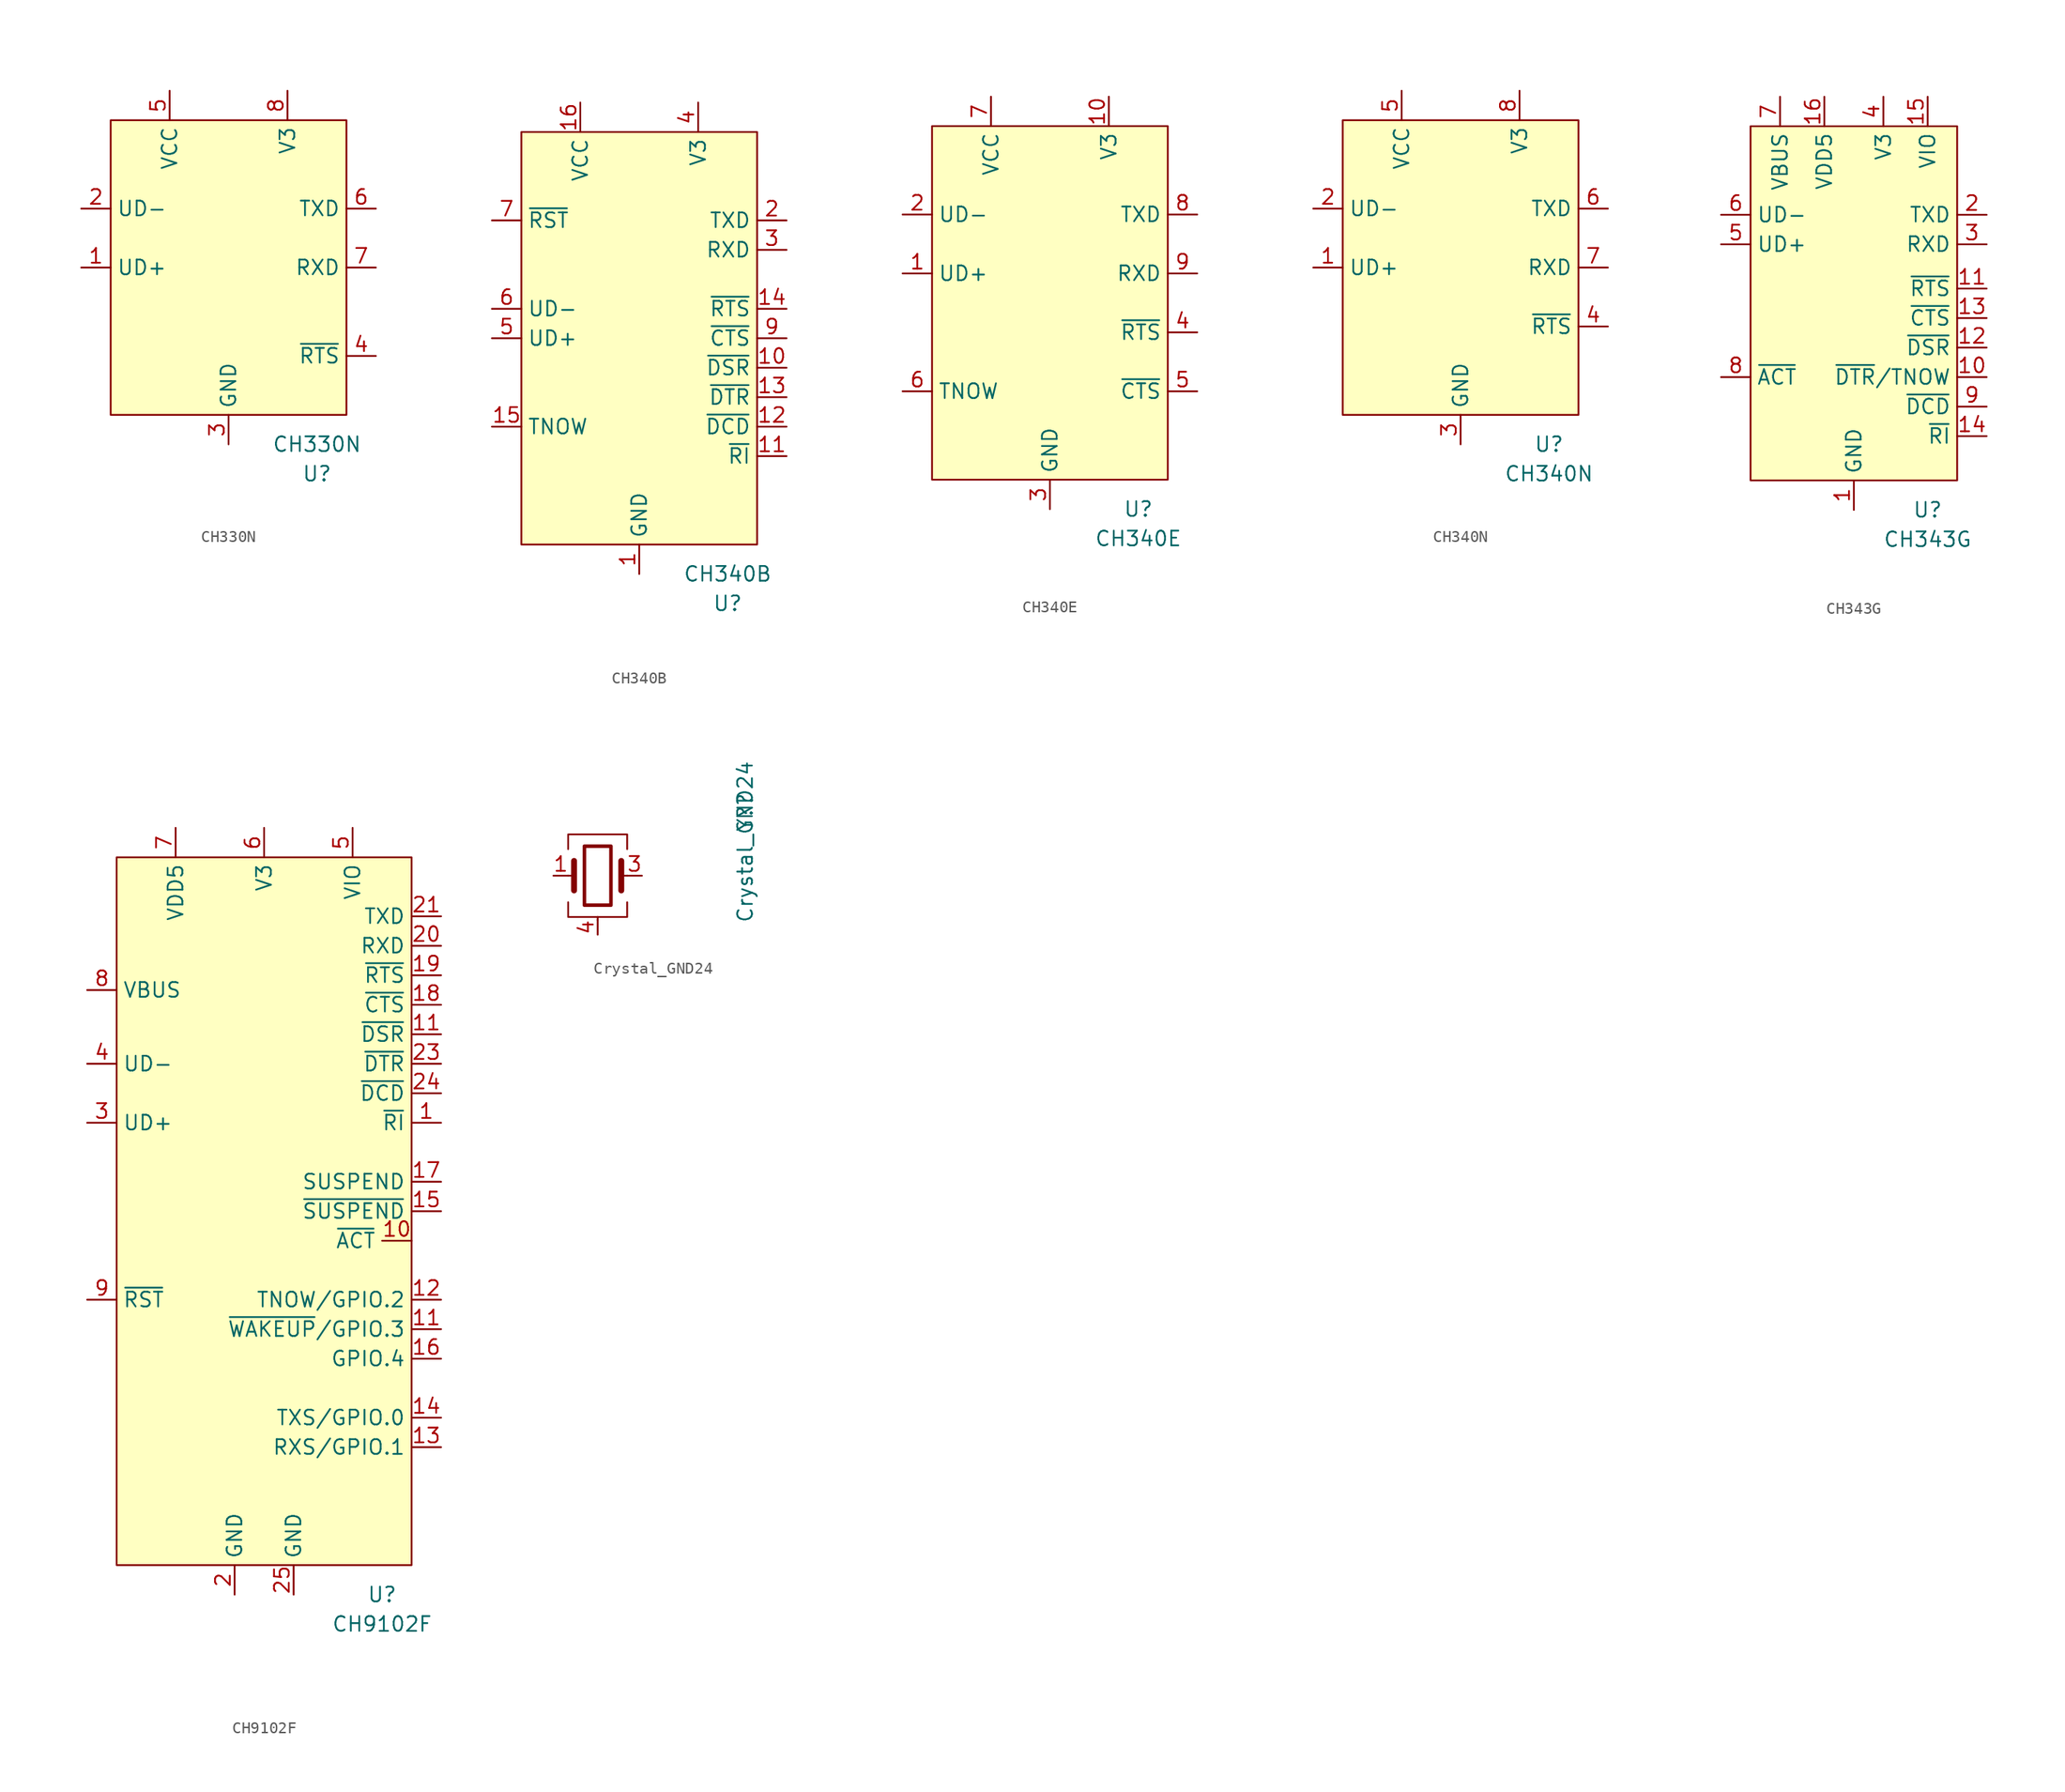
<source format=kicad_sym>
(kicad_symbol_lib
  (version 20220914)
  (generator kicad_symbol_editor)
  (symbol "CH330N"
    (property "Reference" "U"
      (at 7.62 -17.78 0)
      (effects (font (size 1.27 1.27))))
    (property "Value" "CH330N"
      (at 7.62 -15.24 0)
      (effects (font (size 1.27 1.27))))
    (symbol "CH330N_0_1"
      (rectangle (start -10.16 12.7) (end 10.16 -12.7) (stroke (width 0.152) (type default)) (fill (type background))))
    (symbol "CH330N_1_1"
      (pin bidirectional line (at -12.7 0 0) (length 2.54) (name "UD+" (effects (font (size 1.27 1.27)))) (number "1" (effects (font (size 1.27 1.27)))))
      (pin bidirectional line (at -12.7 5.08 0) (length 2.54) (name "UD-" (effects (font (size 1.27 1.27)))) (number "2" (effects (font (size 1.27 1.27)))))
      (pin passive line (at 0 -15.24 90) (length 2.54) (name "GND" (effects (font (size 1.27 1.27)))) (number "3" (effects (font (size 1.27 1.27)))))
      (pin output line (at 12.7 -7.62 180) (length 2.54) (name "~{RTS}" (effects (font (size 1.27 1.27)))) (number "4" (effects (font (size 1.27 1.27)))))
      (pin power_in line (at -5.08 15.24 270) (length 2.54) (name "VCC" (effects (font (size 1.27 1.27)))) (number "5" (effects (font (size 1.27 1.27)))))
      (pin output line (at 12.7 5.08 180) (length 2.54) (name "TXD" (effects (font (size 1.27 1.27)))) (number "6" (effects (font (size 1.27 1.27)))))
      (pin input line (at 12.7 0 180) (length 2.54) (name "RXD" (effects (font (size 1.27 1.27)))) (number "7" (effects (font (size 1.27 1.27)))))
      (pin power_out line (at 5.08 15.24 270) (length 2.54) (name "V3" (effects (font (size 1.27 1.27)))) (number "8" (effects (font (size 1.27 1.27)))) (alternate "V3" power_in line))))
  (symbol "CH340B"
    (property "Reference" "U"
      (at 7.62 -43.18 0)
      (effects (font (size 1.27 1.27))))
    (property "Value" "CH340B"
      (at 7.62 -40.64 0)
      (effects (font (size 1.27 1.27))))
    (symbol "CH340B_0_1"
      (rectangle (start -10.16 -2.54) (end 10.16 -38.1) (stroke (width 0.152) (type default)) (fill (type background))))
    (symbol "CH340B_1_1"
      (pin passive line (at 0 -40.64 90) (length 2.54) (name "GND" (effects (font (size 1.27 1.27)))) (number "1" (effects (font (size 1.27 1.27)))))
      (pin input line (at 12.7 -22.86 180) (length 2.54) (name "~{DSR}" (effects (font (size 1.27 1.27)))) (number "10" (effects (font (size 1.27 1.27)))))
      (pin input line (at 12.7 -30.48 180) (length 2.54) (name "~{RI}" (effects (font (size 1.27 1.27)))) (number "11" (effects (font (size 1.27 1.27)))))
      (pin input line (at 12.7 -27.94 180) (length 2.54) (name "~{DCD}" (effects (font (size 1.27 1.27)))) (number "12" (effects (font (size 1.27 1.27)))))
      (pin output line (at 12.7 -25.4 180) (length 2.54) (name "~{DTR}" (effects (font (size 1.27 1.27)))) (number "13" (effects (font (size 1.27 1.27)))))
      (pin output line (at 12.7 -17.78 180) (length 2.54) (name "~{RTS}" (effects (font (size 1.27 1.27)))) (number "14" (effects (font (size 1.27 1.27)))))
      (pin output line (at -12.7 -27.94 0) (length 2.54) (name "TNOW" (effects (font (size 1.27 1.27)))) (number "15" (effects (font (size 1.27 1.27)))))
      (pin power_in line (at -5.08 0 270) (length 2.54) (name "VCC" (effects (font (size 1.27 1.27)))) (number "16" (effects (font (size 1.27 1.27)))))
      (pin output line (at 12.7 -10.16 180) (length 2.54) (name "TXD" (effects (font (size 1.27 1.27)))) (number "2" (effects (font (size 1.27 1.27)))))
      (pin input line (at 12.7 -12.7 180) (length 2.54) (name "RXD" (effects (font (size 1.27 1.27)))) (number "3" (effects (font (size 1.27 1.27)))))
      (pin power_out line (at 5.08 0 270) (length 2.54) (name "V3" (effects (font (size 1.27 1.27)))) (number "4" (effects (font (size 1.27 1.27)))) (alternate "V3" power_in line))
      (pin bidirectional line (at -12.7 -20.32 0) (length 2.54) (name "UD+" (effects (font (size 1.27 1.27)))) (number "5" (effects (font (size 1.27 1.27)))))
      (pin bidirectional line (at -12.7 -17.78 0) (length 2.54) (name "UD-" (effects (font (size 1.27 1.27)))) (number "6" (effects (font (size 1.27 1.27)))))
      (pin input line (at -12.7 -10.16 0) (length 2.54) (name "~{RST}" (effects (font (size 1.27 1.27)))) (number "7" (effects (font (size 1.27 1.27)))))
      (pin no_connect line (at 0 -20.32 90) (length 2.54) hide (name "NC" (effects (font (size 1.27 1.27)))) (number "8" (effects (font (size 1.27 1.27)))))
      (pin input line (at 12.7 -20.32 180) (length 2.54) (name "~{CTS}" (effects (font (size 1.27 1.27)))) (number "9" (effects (font (size 1.27 1.27)))))))
  (symbol "CH340E"
    (property "Reference" "U"
      (at 7.62 -17.78 0)
      (effects (font (size 1.27 1.27))))
    (property "Value" "CH340E"
      (at 7.62 -20.32 0)
      (effects (font (size 1.27 1.27))))
    (symbol "CH340E_0_1"
      (rectangle (start -10.16 15.24) (end 10.16 -15.24) (stroke (width 0.152) (type default)) (fill (type background))))
    (symbol "CH340E_1_1"
      (pin bidirectional line (at -12.7 2.54 0) (length 2.54) (name "UD+" (effects (font (size 1.27 1.27)))) (number "1" (effects (font (size 1.27 1.27)))))
      (pin power_out line (at 5.08 17.78 270) (length 2.54) (name "V3" (effects (font (size 1.27 1.27)))) (number "10" (effects (font (size 1.27 1.27)))) (alternate "V3" power_in line))
      (pin bidirectional line (at -12.7 7.62 0) (length 2.54) (name "UD-" (effects (font (size 1.27 1.27)))) (number "2" (effects (font (size 1.27 1.27)))))
      (pin passive line (at 0 -17.78 90) (length 2.54) (name "GND" (effects (font (size 1.27 1.27)))) (number "3" (effects (font (size 1.27 1.27)))))
      (pin output line (at 12.7 -2.54 180) (length 2.54) (name "~{RTS}" (effects (font (size 1.27 1.27)))) (number "4" (effects (font (size 1.27 1.27)))))
      (pin input line (at 12.7 -7.62 180) (length 2.54) (name "~{CTS}" (effects (font (size 1.27 1.27)))) (number "5" (effects (font (size 1.27 1.27)))))
      (pin output line (at -12.7 -7.62 0) (length 2.54) (name "TNOW" (effects (font (size 1.27 1.27)))) (number "6" (effects (font (size 1.27 1.27)))))
      (pin power_in line (at -5.08 17.78 270) (length 2.54) (name "VCC" (effects (font (size 1.27 1.27)))) (number "7" (effects (font (size 1.27 1.27)))))
      (pin output line (at 12.7 7.62 180) (length 2.54) (name "TXD" (effects (font (size 1.27 1.27)))) (number "8" (effects (font (size 1.27 1.27)))))
      (pin input line (at 12.7 2.54 180) (length 2.54) (name "RXD" (effects (font (size 1.27 1.27)))) (number "9" (effects (font (size 1.27 1.27)))))))
  (symbol "CH340N"
    (property "Reference" "U"
      (at 7.62 -15.24 0)
      (effects (font (size 1.27 1.27))))
    (property "Value" "CH340N"
      (at 7.62 -17.78 0)
      (effects (font (size 1.27 1.27))))
    (symbol "CH340N_0_1"
      (rectangle (start -10.16 12.7) (end 10.16 -12.7) (stroke (width 0.152) (type default)) (fill (type background))))
    (symbol "CH340N_1_1"
      (pin bidirectional line (at -12.7 0 0) (length 2.54) (name "UD+" (effects (font (size 1.27 1.27)))) (number "1" (effects (font (size 1.27 1.27)))))
      (pin bidirectional line (at -12.7 5.08 0) (length 2.54) (name "UD-" (effects (font (size 1.27 1.27)))) (number "2" (effects (font (size 1.27 1.27)))))
      (pin passive line (at 0 -15.24 90) (length 2.54) (name "GND" (effects (font (size 1.27 1.27)))) (number "3" (effects (font (size 1.27 1.27)))))
      (pin output line (at 12.7 -5.08 180) (length 2.54) (name "~{RTS}" (effects (font (size 1.27 1.27)))) (number "4" (effects (font (size 1.27 1.27)))))
      (pin power_in line (at -5.08 15.24 270) (length 2.54) (name "VCC" (effects (font (size 1.27 1.27)))) (number "5" (effects (font (size 1.27 1.27)))))
      (pin output line (at 12.7 5.08 180) (length 2.54) (name "TXD" (effects (font (size 1.27 1.27)))) (number "6" (effects (font (size 1.27 1.27)))))
      (pin input line (at 12.7 0 180) (length 2.54) (name "RXD" (effects (font (size 1.27 1.27)))) (number "7" (effects (font (size 1.27 1.27)))))
      (pin power_out line (at 5.08 15.24 270) (length 2.54) (name "V3" (effects (font (size 1.27 1.27)))) (number "8" (effects (font (size 1.27 1.27)))) (alternate "V3" power_in line))))
  (symbol "CH343G"
    (property "Reference" "U"
      (at 6.35 -17.78 0)
      (effects (font (size 1.27 1.27))))
    (property "Value" "CH343G"
      (at 6.35 -20.32 0)
      (effects (font (size 1.27 1.27))))
    (symbol "CH343G_0_1"
      (rectangle (start -8.89 15.24) (end 8.89 -15.24) (stroke (width 0.152) (type default)) (fill (type background))))
    (symbol "CH343G_1_1"
      (pin passive line (at 0 -17.78 90) (length 2.54) (name "GND" (effects (font (size 1.27 1.27)))) (number "1" (effects (font (size 1.27 1.27)))))
      (pin output line (at 11.43 -6.35 180) (length 2.54) (name "~{DTR}/TNOW" (effects (font (size 1.27 1.27)))) (number "10" (effects (font (size 1.27 1.27)))))
      (pin output line (at 11.43 1.27 180) (length 2.54) (name "~{RTS}" (effects (font (size 1.27 1.27)))) (number "11" (effects (font (size 1.27 1.27)))))
      (pin input line (at 11.43 -3.81 180) (length 2.54) (name "~{DSR}" (effects (font (size 1.27 1.27)))) (number "12" (effects (font (size 1.27 1.27)))))
      (pin input line (at 11.43 -1.27 180) (length 2.54) (name "~{CTS}" (effects (font (size 1.27 1.27)))) (number "13" (effects (font (size 1.27 1.27)))))
      (pin input line (at 11.43 -11.43 180) (length 2.54) (name "~{RI}" (effects (font (size 1.27 1.27)))) (number "14" (effects (font (size 1.27 1.27)))))
      (pin power_in line (at 6.35 17.78 270) (length 2.54) (name "VIO" (effects (font (size 1.27 1.27)))) (number "15" (effects (font (size 1.27 1.27)))))
      (pin power_in line (at -2.54 17.78 270) (length 2.54) (name "VDD5" (effects (font (size 1.27 1.27)))) (number "16" (effects (font (size 1.27 1.27)))))
      (pin output line (at 11.43 7.62 180) (length 2.54) (name "TXD" (effects (font (size 1.27 1.27)))) (number "2" (effects (font (size 1.27 1.27)))))
      (pin input line (at 11.43 5.08 180) (length 2.54) (name "RXD" (effects (font (size 1.27 1.27)))) (number "3" (effects (font (size 1.27 1.27)))))
      (pin power_in line (at 2.54 17.78 270) (length 2.54) (name "V3" (effects (font (size 1.27 1.27)))) (number "4" (effects (font (size 1.27 1.27)))) (alternate "V3" power_out line))
      (pin bidirectional line (at -11.43 5.08 0) (length 2.54) (name "UD+" (effects (font (size 1.27 1.27)))) (number "5" (effects (font (size 1.27 1.27)))))
      (pin bidirectional line (at -11.43 7.62 0) (length 2.54) (name "UD-" (effects (font (size 1.27 1.27)))) (number "6" (effects (font (size 1.27 1.27)))))
      (pin input line (at -6.35 17.78 270) (length 2.54) (name "VBUS" (effects (font (size 1.27 1.27)))) (number "7" (effects (font (size 1.27 1.27)))))
      (pin output line (at -11.43 -6.35 0) (length 2.54) (name "~{ACT}" (effects (font (size 1.27 1.27)))) (number "8" (effects (font (size 1.27 1.27)))))
      (pin input line (at 11.43 -8.89 180) (length 2.54) (name "~{DCD}" (effects (font (size 1.27 1.27)))) (number "9" (effects (font (size 1.27 1.27)))))))
  (symbol "CH9102F"
    (property "Reference" "U"
      (at 10.16 -33.02 0)
      (effects (font (size 1.27 1.27))))
    (property "Value" "CH9102F"
      (at 10.16 -35.56 0)
      (effects (font (size 1.27 1.27))))
    (symbol "CH9102F_0_1"
      (rectangle (start -12.7 30.48) (end 12.7 -30.48) (stroke (width 0.152) (type default)) (fill (type background))))
    (symbol "CH9102F_1_1"
      (pin input line (at 15.24 7.62 180) (length 2.54) (name "~{RI}" (effects (font (size 1.27 1.27)))) (number "1" (effects (font (size 1.27 1.27)))))
      (pin output line (at 12.7 -2.54 180) (length 2.54) (name "~{ACT}" (effects (font (size 1.27 1.27)))) (number "10" (effects (font (size 1.27 1.27)))))
      (pin input line (at 15.24 15.24 180) (length 2.54) (name "~{DSR}" (effects (font (size 1.27 1.27)))) (number "11" (effects (font (size 1.27 1.27)))))
      (pin bidirectional line (at 15.24 -10.16 180) (length 2.54) (name "~{WAKEUP}/GPIO.3" (effects (font (size 1.27 1.27)))) (number "11" (effects (font (size 1.27 1.27)))) (alternate "GPIO.3" bidirectional line) (alternate "~{WAKEUP}" input line))
      (pin bidirectional line (at 15.24 -7.62 180) (length 2.54) (name "TNOW/GPIO.2" (effects (font (size 1.27 1.27)))) (number "12" (effects (font (size 1.27 1.27)))) (alternate "GPIO.2" bidirectional line) (alternate "TNOW" output line))
      (pin bidirectional line (at 15.24 -20.32 180) (length 2.54) (name "RXS/GPIO.1" (effects (font (size 1.27 1.27)))) (number "13" (effects (font (size 1.27 1.27)))) (alternate "GPIO.1" bidirectional line) (alternate "RXS" output line))
      (pin bidirectional line (at 15.24 -17.78 180) (length 2.54) (name "TXS/GPIO.0" (effects (font (size 1.27 1.27)))) (number "14" (effects (font (size 1.27 1.27)))) (alternate "GPIO.0" bidirectional line) (alternate "TXS" output line))
      (pin output line (at 15.24 0 180) (length 2.54) (name "~{SUSPEND}" (effects (font (size 1.27 1.27)))) (number "15" (effects (font (size 1.27 1.27)))))
      (pin bidirectional line (at 15.24 -12.7 180) (length 2.54) (name "GPIO.4" (effects (font (size 1.27 1.27)))) (number "16" (effects (font (size 1.27 1.27)))))
      (pin output line (at 15.24 2.54 180) (length 2.54) (name "SUSPEND" (effects (font (size 1.27 1.27)))) (number "17" (effects (font (size 1.27 1.27)))))
      (pin input line (at 15.24 17.78 180) (length 2.54) (name "~{CTS}" (effects (font (size 1.27 1.27)))) (number "18" (effects (font (size 1.27 1.27)))))
      (pin output line (at 15.24 20.32 180) (length 2.54) (name "~{RTS}" (effects (font (size 1.27 1.27)))) (number "19" (effects (font (size 1.27 1.27)))))
      (pin power_in line (at -2.54 -33.02 90) (length 2.54) (name "GND" (effects (font (size 1.27 1.27)))) (number "2" (effects (font (size 1.27 1.27)))))
      (pin output line (at 15.24 22.86 180) (length 2.54) (name "RXD" (effects (font (size 1.27 1.27)))) (number "20" (effects (font (size 1.27 1.27)))))
      (pin output line (at 15.24 25.4 180) (length 2.54) (name "TXD" (effects (font (size 1.27 1.27)))) (number "21" (effects (font (size 1.27 1.27)))))
      (pin output line (at 15.24 12.7 180) (length 2.54) (name "~{DTR}" (effects (font (size 1.27 1.27)))) (number "23" (effects (font (size 1.27 1.27)))))
      (pin input line (at 15.24 10.16 180) (length 2.54) (name "~{DCD}" (effects (font (size 1.27 1.27)))) (number "24" (effects (font (size 1.27 1.27)))))
      (pin power_in line (at 2.54 -33.02 90) (length 2.54) (name "GND" (effects (font (size 1.27 1.27)))) (number "25" (effects (font (size 1.27 1.27)))))
      (pin bidirectional line (at -15.24 7.62 0) (length 2.54) (name "UD+" (effects (font (size 1.27 1.27)))) (number "3" (effects (font (size 1.27 1.27)))))
      (pin bidirectional line (at -15.24 12.7 0) (length 2.54) (name "UD-" (effects (font (size 1.27 1.27)))) (number "4" (effects (font (size 1.27 1.27)))))
      (pin power_in line (at 7.62 33.02 270) (length 2.54) (name "VIO" (effects (font (size 1.27 1.27)))) (number "5" (effects (font (size 1.27 1.27)))))
      (pin power_out line (at 0 33.02 270) (length 2.54) (name "V3" (effects (font (size 1.27 1.27)))) (number "6" (effects (font (size 1.27 1.27)))) (alternate "V3" power_in line))
      (pin power_in line (at -7.62 33.02 270) (length 2.54) (name "VDD5" (effects (font (size 1.27 1.27)))) (number "7" (effects (font (size 1.27 1.27)))))
      (pin input line (at -15.24 19.05 0) (length 2.54) (name "VBUS" (effects (font (size 1.27 1.27)))) (number "8" (effects (font (size 1.27 1.27)))))
      (pin input line (at -15.24 -7.62 0) (length 2.54) (name "~{RST}" (effects (font (size 1.27 1.27)))) (number "9" (effects (font (size 1.27 1.27)))))))
  (symbol "Crystal_GND24"
    (pin_names
      (offset 1.016) hide)
    (property "Reference" "Y?"
      (at 12.7 5.461 90)
      (effects (font (size 1.27 1.27))))
    (property "Value" "Crystal_GND24"
      (at 12.7 2.921 90)
      (effects (font (size 1.27 1.27))))
    (symbol "Crystal_GND24_0_1"
      (rectangle (start -1.143 2.54) (end 1.143 -2.54) (stroke (width 0.305) (type default)) (fill (type none)))
      (polyline (pts (xy -2.54 0) (xy -2.032 0)) (stroke (width 0) (type default)) (fill (type none)))
      (polyline (pts (xy -2.032 -1.27) (xy -2.032 1.27)) (stroke (width 0.508) (type default)) (fill (type none)))
      (polyline (pts (xy 0 -3.81) (xy 0 -3.556)) (stroke (width 0) (type default)) (fill (type none)))
      (polyline (pts (xy 2.032 -1.27) (xy 2.032 1.27)) (stroke (width 0.508) (type default)) (fill (type none)))
      (polyline (pts (xy 2.032 0) (xy 2.54 0)) (stroke (width 0) (type default)) (fill (type none)))
      (polyline (pts (xy -2.54 -2.286) (xy -2.54 -3.556) (xy 2.54 -3.556) (xy 2.54 -2.286)) (stroke (width 0) (type default)) (fill (type none)))
      (polyline (pts (xy -2.54 2.286) (xy -2.54 3.556) (xy 2.54 3.556) (xy 2.54 2.286)) (stroke (width 0) (type default)) (fill (type none))))
    (symbol "Crystal_GND24_1_1"
      (pin passive line (at -3.81 0 0) (length 1.27) (name "1" (effects (font (size 1.27 1.27)))) (number "1" (effects (font (size 1.27 1.27)))))
      (pin passive line (at 0 -5.08 90) (length 1.27) hide (name "2" (effects (font (size 1.27 1.27)))) (number "2" (effects (font (size 1.27 1.27)))))
      (pin passive line (at 3.81 0 180) (length 1.27) (name "3" (effects (font (size 1.27 1.27)))) (number "3" (effects (font (size 1.27 1.27)))))
      (pin passive line (at 0 -5.08 90) (length 1.27) (name "4" (effects (font (size 1.27 1.27)))) (number "4" (effects (font (size 1.27 1.27))))))))
</source>
